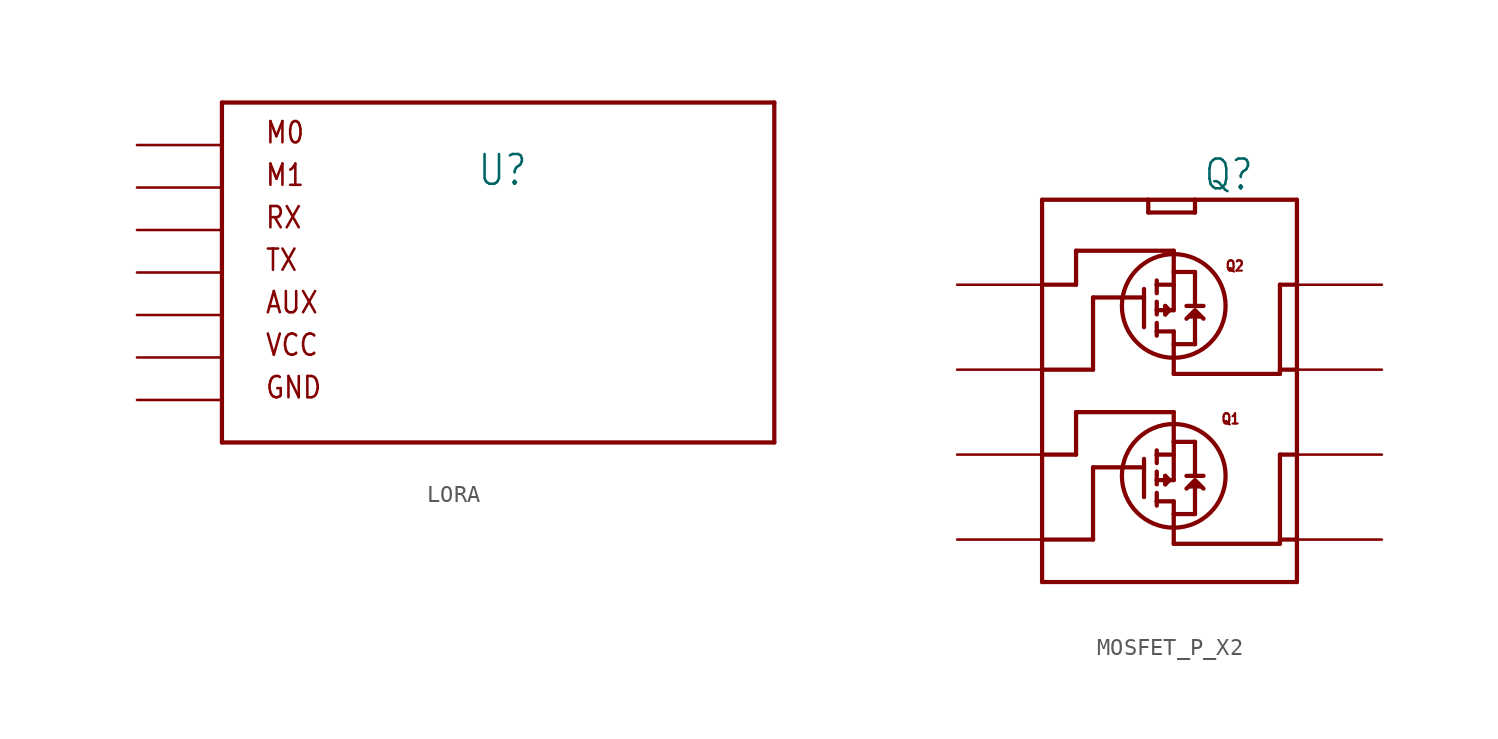
<source format=kicad_sym>
(kicad_symbol_lib
  (version 20231120)
  (generator "kicad_symbol_editor")
  (generator_version "8.0")
  (symbol "LORA"
    (property "Reference" "U"
      (at 2.54 5.08 0)
      (effects (font (size 1.778 1.511)) (justify left bottom)))
    (property "Value" ""
      (at 2.54 -2.54 0)
      (effects (font (size 1.778 1.511)) (justify left bottom)))
    (property "ki_locked" ""
      (at 0 0 0)
      (effects (font (size 1.27 1.27))))
    (symbol "LORA_1_0"
      (polyline (pts (xy -12.7 -10.16) (xy 20.32 -10.16)) (stroke (width 0.254) (type solid)) (fill (type none)))
      (polyline (pts (xy -12.7 10.16) (xy -12.7 -10.16)) (stroke (width 0.254) (type solid)) (fill (type none)))
      (polyline (pts (xy 20.32 -10.16) (xy 20.32 10.16)) (stroke (width 0.254) (type solid)) (fill (type none)))
      (polyline (pts (xy 20.32 10.16) (xy -12.7 10.16)) (stroke (width 0.254) (type solid)) (fill (type none)))
      (text "AUX" (at -10.16 -2.54 0) (effects (font (size 1.27 1.079)) (justify left bottom)))
      (text "GND" (at -10.16 -7.62 0) (effects (font (size 1.27 1.079)) (justify left bottom)))
      (text "M0" (at -10.16 7.62 0) (effects (font (size 1.27 1.079)) (justify left bottom)))
      (text "M1" (at -10.16 5.08 0) (effects (font (size 1.27 1.079)) (justify left bottom)))
      (text "RX" (at -10.16 2.54 0) (effects (font (size 1.27 1.079)) (justify left bottom)))
      (text "TX" (at -10.16 0 0) (effects (font (size 1.27 1.079)) (justify left bottom)))
      (text "VCC" (at -10.16 -5.08 0) (effects (font (size 1.27 1.079)) (justify left bottom)))
      (pin bidirectional line (at -17.78 -2.54 0) (length 5.08) (name "AUX" (effects (font (size 0 0)))) (number "AUX" (effects (font (size 0 0)))))
      (pin power_in line (at -17.78 -7.62 0) (length 5.08) (name "GND" (effects (font (size 0 0)))) (number "GND" (effects (font (size 0 0)))))
      (pin bidirectional line (at -17.78 7.62 0) (length 5.08) (name "M0" (effects (font (size 0 0)))) (number "M0" (effects (font (size 0 0)))))
      (pin bidirectional line (at -17.78 5.08 0) (length 5.08) (name "M1" (effects (font (size 0 0)))) (number "M1" (effects (font (size 0 0)))))
      (pin bidirectional line (at -17.78 2.54 0) (length 5.08) (name "RX" (effects (font (size 0 0)))) (number "RX" (effects (font (size 0 0)))))
      (pin bidirectional line (at -17.78 0 0) (length 5.08) (name "TX" (effects (font (size 0 0)))) (number "TX" (effects (font (size 0 0)))))
      (pin power_in line (at -17.78 -5.08 0) (length 5.08) (name "VCC" (effects (font (size 0 0)))) (number "VCC" (effects (font (size 0 0)))))))
  (symbol "MOSFET_P_X2"
    (property "Reference" "Q"
      (at 5.08 15.24 0)
      (effects (font (size 1.778 1.511)) (justify right top)))
    (property "Value" ""
      (at 5.08 17.78 0)
      (effects (font (size 1.778 1.511)) (justify right top)))
    (property "ki_locked" ""
      (at 0 0 0)
      (effects (font (size 1.27 1.27))))
    (symbol "MOSFET_P_X2_1_0"
      (polyline (pts (xy -7.62 -10.16) (xy -7.62 -7.62)) (stroke (width 0.254) (type solid)) (fill (type none)))
      (polyline (pts (xy -7.62 -7.62) (xy -7.62 -2.54)) (stroke (width 0.254) (type solid)) (fill (type none)))
      (polyline (pts (xy -7.62 -2.54) (xy -7.62 12.7)) (stroke (width 0.254) (type solid)) (fill (type none)))
      (polyline (pts (xy -5.588 -2.54) (xy -7.62 -2.54)) (stroke (width 0.254) (type solid)) (fill (type none)))
      (polyline (pts (xy -5.588 0) (xy -5.588 -2.54)) (stroke (width 0.254) (type solid)) (fill (type none)))
      (polyline (pts (xy -5.588 7.62) (xy -7.62 7.62)) (stroke (width 0.254) (type solid)) (fill (type none)))
      (polyline (pts (xy -5.588 9.652) (xy -5.588 7.62)) (stroke (width 0.254) (type solid)) (fill (type none)))
      (polyline (pts (xy -4.572 -7.62) (xy -7.62 -7.62)) (stroke (width 0.254) (type solid)) (fill (type none)))
      (polyline (pts (xy -4.572 -3.302) (xy -4.572 -7.62)) (stroke (width 0.254) (type solid)) (fill (type none)))
      (polyline (pts (xy -4.572 2.54) (xy -7.62 2.54)) (stroke (width 0.254) (type solid)) (fill (type none)))
      (polyline (pts (xy -4.572 6.858) (xy -4.572 2.54)) (stroke (width 0.254) (type solid)) (fill (type none)))
      (polyline (pts (xy -1.524 -5.08) (xy -1.524 -3.302)) (stroke (width 0.254) (type solid)) (fill (type none)))
      (polyline (pts (xy -1.524 -3.302) (xy -4.572 -3.302)) (stroke (width 0.254) (type solid)) (fill (type none)))
      (polyline (pts (xy -1.524 -3.302) (xy -1.524 -2.794)) (stroke (width 0.254) (type solid)) (fill (type none)))
      (polyline (pts (xy -1.524 5.08) (xy -1.524 6.858)) (stroke (width 0.254) (type solid)) (fill (type none)))
      (polyline (pts (xy -1.524 6.858) (xy -4.572 6.858)) (stroke (width 0.254) (type solid)) (fill (type none)))
      (polyline (pts (xy -1.524 6.858) (xy -1.524 7.366)) (stroke (width 0.254) (type solid)) (fill (type none)))
      (polyline (pts (xy -1.27 11.938) (xy 1.524 11.938)) (stroke (width 0.254) (type solid)) (fill (type none)))
      (polyline (pts (xy -1.27 12.7) (xy -7.62 12.7)) (stroke (width 0.254) (type solid)) (fill (type none)))
      (polyline (pts (xy -1.27 12.7) (xy -1.27 11.938)) (stroke (width 0.254) (type solid)) (fill (type none)))
      (polyline (pts (xy -0.762 -5.588) (xy -0.762 -5.334)) (stroke (width 0.254) (type solid)) (fill (type none)))
      (polyline (pts (xy -0.762 -5.334) (xy -0.762 -4.826)) (stroke (width 0.254) (type solid)) (fill (type none)))
      (polyline (pts (xy -0.762 -5.334) (xy 0.254 -5.334)) (stroke (width 0.254) (type solid)) (fill (type none)))
      (polyline (pts (xy -0.762 -4.318) (xy -0.762 -4.064)) (stroke (width 0.254) (type solid)) (fill (type none)))
      (polyline (pts (xy -0.762 -4.064) (xy -0.762 -3.556)) (stroke (width 0.254) (type solid)) (fill (type none)))
      (polyline (pts (xy -0.762 -4.064) (xy 0 -4.064)) (stroke (width 0.254) (type solid)) (fill (type none)))
      (polyline (pts (xy -0.762 -3.048) (xy -0.762 -2.54)) (stroke (width 0.254) (type solid)) (fill (type none)))
      (polyline (pts (xy -0.762 -2.54) (xy -0.762 -2.286)) (stroke (width 0.254) (type solid)) (fill (type none)))
      (polyline (pts (xy -0.762 4.572) (xy -0.762 4.826)) (stroke (width 0.254) (type solid)) (fill (type none)))
      (polyline (pts (xy -0.762 4.826) (xy -0.762 5.334)) (stroke (width 0.254) (type solid)) (fill (type none)))
      (polyline (pts (xy -0.762 4.826) (xy 0.254 4.826)) (stroke (width 0.254) (type solid)) (fill (type none)))
      (polyline (pts (xy -0.762 5.842) (xy -0.762 6.096)) (stroke (width 0.254) (type solid)) (fill (type none)))
      (polyline (pts (xy -0.762 6.096) (xy -0.762 6.604)) (stroke (width 0.254) (type solid)) (fill (type none)))
      (polyline (pts (xy -0.762 6.096) (xy 0 6.096)) (stroke (width 0.254) (type solid)) (fill (type none)))
      (polyline (pts (xy -0.762 7.112) (xy -0.762 7.62)) (stroke (width 0.254) (type solid)) (fill (type none)))
      (polyline (pts (xy -0.762 7.62) (xy -0.762 7.874)) (stroke (width 0.254) (type solid)) (fill (type none)))
      (polyline (pts (xy -0.254 -4.318) (xy -0.254 -3.81)) (stroke (width 0.254) (type solid)) (fill (type none)))
      (polyline (pts (xy -0.254 -3.81) (xy 0 -4.064)) (stroke (width 0.254) (type solid)) (fill (type none)))
      (polyline (pts (xy -0.254 5.842) (xy -0.254 6.35)) (stroke (width 0.254) (type solid)) (fill (type none)))
      (polyline (pts (xy -0.254 6.35) (xy 0 6.096)) (stroke (width 0.254) (type solid)) (fill (type none)))
      (polyline (pts (xy 0 -4.064) (xy -0.254 -4.318)) (stroke (width 0.254) (type solid)) (fill (type none)))
      (polyline (pts (xy 0 -4.064) (xy 0.254 -4.064)) (stroke (width 0.254) (type solid)) (fill (type none)))
      (polyline (pts (xy 0 6.096) (xy -0.254 5.842)) (stroke (width 0.254) (type solid)) (fill (type none)))
      (polyline (pts (xy 0 6.096) (xy 0.254 6.096)) (stroke (width 0.254) (type solid)) (fill (type none)))
      (polyline (pts (xy 0.254 -7.874) (xy 6.604 -7.874)) (stroke (width 0.254) (type solid)) (fill (type none)))
      (polyline (pts (xy 0.254 -6.096) (xy 0.254 -7.874)) (stroke (width 0.254) (type solid)) (fill (type none)))
      (polyline (pts (xy 0.254 -6.096) (xy 1.524 -6.096)) (stroke (width 0.254) (type solid)) (fill (type none)))
      (polyline (pts (xy 0.254 -5.334) (xy 0.254 -6.096)) (stroke (width 0.254) (type solid)) (fill (type none)))
      (polyline (pts (xy 0.254 -4.064) (xy 0.254 -2.54)) (stroke (width 0.254) (type solid)) (fill (type none)))
      (polyline (pts (xy 0.254 -2.54) (xy -0.762 -2.54)) (stroke (width 0.254) (type solid)) (fill (type none)))
      (polyline (pts (xy 0.254 -2.54) (xy 0.254 -1.778)) (stroke (width 0.254) (type solid)) (fill (type none)))
      (polyline (pts (xy 0.254 -1.778) (xy 0.254 0)) (stroke (width 0.254) (type solid)) (fill (type none)))
      (polyline (pts (xy 0.254 0) (xy -5.588 0)) (stroke (width 0.254) (type solid)) (fill (type none)))
      (polyline (pts (xy 0.254 2.286) (xy 6.604 2.286)) (stroke (width 0.254) (type solid)) (fill (type none)))
      (polyline (pts (xy 0.254 4.064) (xy 0.254 2.286)) (stroke (width 0.254) (type solid)) (fill (type none)))
      (polyline (pts (xy 0.254 4.064) (xy 1.524 4.064)) (stroke (width 0.254) (type solid)) (fill (type none)))
      (polyline (pts (xy 0.254 4.826) (xy 0.254 4.064)) (stroke (width 0.254) (type solid)) (fill (type none)))
      (polyline (pts (xy 0.254 6.096) (xy 0.254 7.62)) (stroke (width 0.254) (type solid)) (fill (type none)))
      (polyline (pts (xy 0.254 7.62) (xy -0.762 7.62)) (stroke (width 0.254) (type solid)) (fill (type none)))
      (polyline (pts (xy 0.254 7.62) (xy 0.254 8.382)) (stroke (width 0.254) (type solid)) (fill (type none)))
      (polyline (pts (xy 0.254 8.382) (xy 0.254 9.652)) (stroke (width 0.254) (type solid)) (fill (type none)))
      (polyline (pts (xy 0.254 9.652) (xy -5.588 9.652)) (stroke (width 0.254) (type solid)) (fill (type none)))
      (polyline (pts (xy 1.524 -4.572) (xy 1.524 -6.096)) (stroke (width 0.254) (type solid)) (fill (type none)))
      (polyline (pts (xy 1.524 -3.81) (xy 1.016 -3.81)) (stroke (width 0.254) (type solid)) (fill (type none)))
      (polyline (pts (xy 1.524 -3.81) (xy 1.524 -1.778)) (stroke (width 0.254) (type solid)) (fill (type none)))
      (polyline (pts (xy 1.524 -1.778) (xy 0.254 -1.778)) (stroke (width 0.254) (type solid)) (fill (type none)))
      (polyline (pts (xy 1.524 5.588) (xy 1.524 4.064)) (stroke (width 0.254) (type solid)) (fill (type none)))
      (polyline (pts (xy 1.524 6.35) (xy 1.016 6.35)) (stroke (width 0.254) (type solid)) (fill (type none)))
      (polyline (pts (xy 1.524 6.35) (xy 1.524 8.382)) (stroke (width 0.254) (type solid)) (fill (type none)))
      (polyline (pts (xy 1.524 8.382) (xy 0.254 8.382)) (stroke (width 0.254) (type solid)) (fill (type none)))
      (polyline (pts (xy 1.524 11.938) (xy 1.524 12.7)) (stroke (width 0.254) (type solid)) (fill (type none)))
      (polyline (pts (xy 1.524 12.7) (xy -1.27 12.7)) (stroke (width 0.254) (type solid)) (fill (type none)))
      (polyline (pts (xy 2.032 -3.81) (xy 1.524 -3.81)) (stroke (width 0.254) (type solid)) (fill (type none)))
      (polyline (pts (xy 2.032 6.35) (xy 1.524 6.35)) (stroke (width 0.254) (type solid)) (fill (type none)))
      (polyline (pts (xy 6.604 -7.874) (xy 6.604 -7.62)) (stroke (width 0.254) (type solid)) (fill (type none)))
      (polyline (pts (xy 6.604 -7.62) (xy 7.62 -7.62)) (stroke (width 0.254) (type solid)) (fill (type none)))
      (polyline (pts (xy 6.604 -2.54) (xy 6.604 -7.62)) (stroke (width 0.254) (type solid)) (fill (type none)))
      (polyline (pts (xy 6.604 2.286) (xy 6.604 2.54)) (stroke (width 0.254) (type solid)) (fill (type none)))
      (polyline (pts (xy 6.604 2.54) (xy 7.62 2.54)) (stroke (width 0.254) (type solid)) (fill (type none)))
      (polyline (pts (xy 6.604 7.62) (xy 6.604 2.54)) (stroke (width 0.254) (type solid)) (fill (type none)))
      (polyline (pts (xy 7.62 -10.16) (xy -7.62 -10.16)) (stroke (width 0.254) (type solid)) (fill (type none)))
      (polyline (pts (xy 7.62 -7.62) (xy 7.62 -10.16)) (stroke (width 0.254) (type solid)) (fill (type none)))
      (polyline (pts (xy 7.62 -2.54) (xy 6.604 -2.54)) (stroke (width 0.254) (type solid)) (fill (type none)))
      (polyline (pts (xy 7.62 -2.54) (xy 7.62 -7.62)) (stroke (width 0.254) (type solid)) (fill (type none)))
      (polyline (pts (xy 7.62 7.62) (xy 6.604 7.62)) (stroke (width 0.254) (type solid)) (fill (type none)))
      (polyline (pts (xy 7.62 12.7) (xy 1.524 12.7)) (stroke (width 0.254) (type solid)) (fill (type none)))
      (polyline (pts (xy 7.62 12.7) (xy 7.62 -2.54)) (stroke (width 0.254) (type solid)) (fill (type none)))
      (polyline (pts (xy 2.032 -4.572) (xy 1.524 -4.064) (xy 1.016 -4.572)) (stroke (width 0.254) (type solid)) (fill (type outline)))
      (polyline (pts (xy 2.032 5.588) (xy 1.524 6.096) (xy 1.016 5.588)) (stroke (width 0.254) (type solid)) (fill (type outline)))
      (circle (center 0.254 -3.81) (radius 3.1) (stroke (width 0.254) (type solid)) (fill (type none)))
      (circle (center 0.254 6.35) (radius 3.1) (stroke (width 0.254) (type solid)) (fill (type none)))
      (text "Q1" (at 3.048 -0.762 0) (effects (font (size 0.61 0.518)) (justify left bottom)))
      (text "Q2" (at 3.302 8.382 0) (effects (font (size 0.61 0.518)) (justify left bottom)))
      (pin bidirectional line (at -12.7 7.62 0) (length 5.08) (name "S2" (effects (font (size 0 0)))) (number "P1" (effects (font (size 0 0)))))
      (pin bidirectional line (at -12.7 2.54 0) (length 5.08) (name "G2" (effects (font (size 0 0)))) (number "P2" (effects (font (size 0 0)))))
      (pin bidirectional line (at -12.7 -2.54 0) (length 5.08) (name "S1" (effects (font (size 0 0)))) (number "P3" (effects (font (size 0 0)))))
      (pin bidirectional line (at -12.7 -7.62 0) (length 5.08) (name "G1" (effects (font (size 0 0)))) (number "P4" (effects (font (size 0 0)))))
      (pin bidirectional line (at 12.7 -7.62 180) (length 5.08) (name "D11" (effects (font (size 0 0)))) (number "P5" (effects (font (size 0 0)))))
      (pin bidirectional line (at 12.7 -2.54 180) (length 5.08) (name "D12" (effects (font (size 0 0)))) (number "P6" (effects (font (size 0 0)))))
      (pin bidirectional line (at 12.7 2.54 180) (length 5.08) (name "D21" (effects (font (size 0 0)))) (number "P7" (effects (font (size 0 0)))))
      (pin bidirectional line (at 12.7 7.62 180) (length 5.08) (name "D22" (effects (font (size 0 0)))) (number "P8" (effects (font (size 0 0))))))))
</source>
